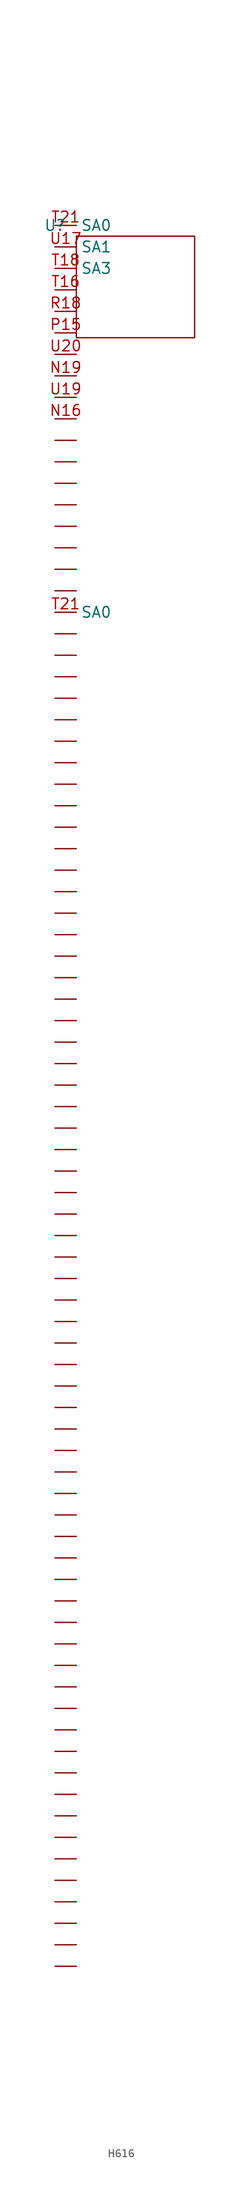
<source format=kicad_sym>
(kicad_symbol_lib
  (version 20220914)
  (generator kicad_symbol_editor)
  (symbol "H616"
    (property "Reference" "U"
      (at 0 0 0)
      (effects (font (size 1.27 1.27))))
    (property "Value" ""
      (at 0 0 0)
      (effects (font (size 1.27 1.27))))
    (symbol "H616_0_0"
      (pin output line (at 0 -205.74 0) (length 2.54) (name "" (effects (font (size 1.27 1.27)))) (number "" (effects (font (size 1.27 1.27)))))
      (pin output line (at 0 -203.2 0) (length 2.54) (name "" (effects (font (size 1.27 1.27)))) (number "" (effects (font (size 1.27 1.27)))))
      (pin output line (at 0 -200.66 0) (length 2.54) (name "" (effects (font (size 1.27 1.27)))) (number "" (effects (font (size 1.27 1.27)))))
      (pin output line (at 0 -198.12 0) (length 2.54) (name "" (effects (font (size 1.27 1.27)))) (number "" (effects (font (size 1.27 1.27)))))
      (pin output line (at 0 -195.58 0) (length 2.54) (name "" (effects (font (size 1.27 1.27)))) (number "" (effects (font (size 1.27 1.27)))))
      (pin output line (at 0 -193.04 0) (length 2.54) (name "" (effects (font (size 1.27 1.27)))) (number "" (effects (font (size 1.27 1.27)))))
      (pin output line (at 0 -190.5 0) (length 2.54) (name "" (effects (font (size 1.27 1.27)))) (number "" (effects (font (size 1.27 1.27)))))
      (pin output line (at 0 -187.96 0) (length 2.54) (name "" (effects (font (size 1.27 1.27)))) (number "" (effects (font (size 1.27 1.27)))))
      (pin output line (at 0 -185.42 0) (length 2.54) (name "" (effects (font (size 1.27 1.27)))) (number "" (effects (font (size 1.27 1.27)))))
      (pin output line (at 0 -182.88 0) (length 2.54) (name "" (effects (font (size 1.27 1.27)))) (number "" (effects (font (size 1.27 1.27)))))
      (pin output line (at 0 -180.34 0) (length 2.54) (name "" (effects (font (size 1.27 1.27)))) (number "" (effects (font (size 1.27 1.27)))))
      (pin output line (at 0 -177.8 0) (length 2.54) (name "" (effects (font (size 1.27 1.27)))) (number "" (effects (font (size 1.27 1.27)))))
      (pin output line (at 0 -175.26 0) (length 2.54) (name "" (effects (font (size 1.27 1.27)))) (number "" (effects (font (size 1.27 1.27)))))
      (pin output line (at 0 -172.72 0) (length 2.54) (name "" (effects (font (size 1.27 1.27)))) (number "" (effects (font (size 1.27 1.27)))))
      (pin output line (at 0 -170.18 0) (length 2.54) (name "" (effects (font (size 1.27 1.27)))) (number "" (effects (font (size 1.27 1.27)))))
      (pin output line (at 0 -167.64 0) (length 2.54) (name "" (effects (font (size 1.27 1.27)))) (number "" (effects (font (size 1.27 1.27)))))
      (pin output line (at 0 -165.1 0) (length 2.54) (name "" (effects (font (size 1.27 1.27)))) (number "" (effects (font (size 1.27 1.27)))))
      (pin output line (at 0 -162.56 0) (length 2.54) (name "" (effects (font (size 1.27 1.27)))) (number "" (effects (font (size 1.27 1.27)))))
      (pin output line (at 0 -160.02 0) (length 2.54) (name "" (effects (font (size 1.27 1.27)))) (number "" (effects (font (size 1.27 1.27)))))
      (pin output line (at 0 -157.48 0) (length 2.54) (name "" (effects (font (size 1.27 1.27)))) (number "" (effects (font (size 1.27 1.27)))))
      (pin output line (at 0 -154.94 0) (length 2.54) (name "" (effects (font (size 1.27 1.27)))) (number "" (effects (font (size 1.27 1.27)))))
      (pin output line (at 0 -152.4 0) (length 2.54) (name "" (effects (font (size 1.27 1.27)))) (number "" (effects (font (size 1.27 1.27)))))
      (pin output line (at 0 -149.86 0) (length 2.54) (name "" (effects (font (size 1.27 1.27)))) (number "" (effects (font (size 1.27 1.27)))))
      (pin output line (at 0 -147.32 0) (length 2.54) (name "" (effects (font (size 1.27 1.27)))) (number "" (effects (font (size 1.27 1.27)))))
      (pin output line (at 0 -144.78 0) (length 2.54) (name "" (effects (font (size 1.27 1.27)))) (number "" (effects (font (size 1.27 1.27)))))
      (pin output line (at 0 -142.24 0) (length 2.54) (name "" (effects (font (size 1.27 1.27)))) (number "" (effects (font (size 1.27 1.27)))))
      (pin output line (at 0 -139.7 0) (length 2.54) (name "" (effects (font (size 1.27 1.27)))) (number "" (effects (font (size 1.27 1.27)))))
      (pin output line (at 0 -137.16 0) (length 2.54) (name "" (effects (font (size 1.27 1.27)))) (number "" (effects (font (size 1.27 1.27)))))
      (pin output line (at 0 -134.62 0) (length 2.54) (name "" (effects (font (size 1.27 1.27)))) (number "" (effects (font (size 1.27 1.27)))))
      (pin output line (at 0 -132.08 0) (length 2.54) (name "" (effects (font (size 1.27 1.27)))) (number "" (effects (font (size 1.27 1.27)))))
      (pin output line (at 0 -129.54 0) (length 2.54) (name "" (effects (font (size 1.27 1.27)))) (number "" (effects (font (size 1.27 1.27)))))
      (pin output line (at 0 -127 0) (length 2.54) (name "" (effects (font (size 1.27 1.27)))) (number "" (effects (font (size 1.27 1.27)))))
      (pin output line (at 0 -124.46 0) (length 2.54) (name "" (effects (font (size 1.27 1.27)))) (number "" (effects (font (size 1.27 1.27)))))
      (pin output line (at 0 -121.92 0) (length 2.54) (name "" (effects (font (size 1.27 1.27)))) (number "" (effects (font (size 1.27 1.27)))))
      (pin output line (at 0 -119.38 0) (length 2.54) (name "" (effects (font (size 1.27 1.27)))) (number "" (effects (font (size 1.27 1.27)))))
      (pin output line (at 0 -116.84 0) (length 2.54) (name "" (effects (font (size 1.27 1.27)))) (number "" (effects (font (size 1.27 1.27)))))
      (pin output line (at 0 -114.3 0) (length 2.54) (name "" (effects (font (size 1.27 1.27)))) (number "" (effects (font (size 1.27 1.27)))))
      (pin output line (at 0 -111.76 0) (length 2.54) (name "" (effects (font (size 1.27 1.27)))) (number "" (effects (font (size 1.27 1.27)))))
      (pin output line (at 0 -109.22 0) (length 2.54) (name "" (effects (font (size 1.27 1.27)))) (number "" (effects (font (size 1.27 1.27)))))
      (pin output line (at 0 -106.68 0) (length 2.54) (name "" (effects (font (size 1.27 1.27)))) (number "" (effects (font (size 1.27 1.27)))))
      (pin output line (at 0 -104.14 0) (length 2.54) (name "" (effects (font (size 1.27 1.27)))) (number "" (effects (font (size 1.27 1.27)))))
      (pin output line (at 0 -101.6 0) (length 2.54) (name "" (effects (font (size 1.27 1.27)))) (number "" (effects (font (size 1.27 1.27)))))
      (pin output line (at 0 -99.06 0) (length 2.54) (name "" (effects (font (size 1.27 1.27)))) (number "" (effects (font (size 1.27 1.27)))))
      (pin output line (at 0 -96.52 0) (length 2.54) (name "" (effects (font (size 1.27 1.27)))) (number "" (effects (font (size 1.27 1.27)))))
      (pin output line (at 0 -93.98 0) (length 2.54) (name "" (effects (font (size 1.27 1.27)))) (number "" (effects (font (size 1.27 1.27)))))
      (pin output line (at 0 -91.44 0) (length 2.54) (name "" (effects (font (size 1.27 1.27)))) (number "" (effects (font (size 1.27 1.27)))))
      (pin output line (at 0 -88.9 0) (length 2.54) (name "" (effects (font (size 1.27 1.27)))) (number "" (effects (font (size 1.27 1.27)))))
      (pin output line (at 0 -86.36 0) (length 2.54) (name "" (effects (font (size 1.27 1.27)))) (number "" (effects (font (size 1.27 1.27)))))
      (pin output line (at 0 -83.82 0) (length 2.54) (name "" (effects (font (size 1.27 1.27)))) (number "" (effects (font (size 1.27 1.27)))))
      (pin output line (at 0 -81.28 0) (length 2.54) (name "" (effects (font (size 1.27 1.27)))) (number "" (effects (font (size 1.27 1.27)))))
      (pin output line (at 0 -78.74 0) (length 2.54) (name "" (effects (font (size 1.27 1.27)))) (number "" (effects (font (size 1.27 1.27)))))
      (pin output line (at 0 -76.2 0) (length 2.54) (name "" (effects (font (size 1.27 1.27)))) (number "" (effects (font (size 1.27 1.27)))))
      (pin output line (at 0 -73.66 0) (length 2.54) (name "" (effects (font (size 1.27 1.27)))) (number "" (effects (font (size 1.27 1.27)))))
      (pin output line (at 0 -71.12 0) (length 2.54) (name "" (effects (font (size 1.27 1.27)))) (number "" (effects (font (size 1.27 1.27)))))
      (pin output line (at 0 -68.58 0) (length 2.54) (name "" (effects (font (size 1.27 1.27)))) (number "" (effects (font (size 1.27 1.27)))))
      (pin output line (at 0 -66.04 0) (length 2.54) (name "" (effects (font (size 1.27 1.27)))) (number "" (effects (font (size 1.27 1.27)))))
      (pin output line (at 0 -63.5 0) (length 2.54) (name "" (effects (font (size 1.27 1.27)))) (number "" (effects (font (size 1.27 1.27)))))
      (pin output line (at 0 -60.96 0) (length 2.54) (name "" (effects (font (size 1.27 1.27)))) (number "" (effects (font (size 1.27 1.27)))))
      (pin output line (at 0 -58.42 0) (length 2.54) (name "" (effects (font (size 1.27 1.27)))) (number "" (effects (font (size 1.27 1.27)))))
      (pin output line (at 0 -55.88 0) (length 2.54) (name "" (effects (font (size 1.27 1.27)))) (number "" (effects (font (size 1.27 1.27)))))
      (pin output line (at 0 -53.34 0) (length 2.54) (name "" (effects (font (size 1.27 1.27)))) (number "" (effects (font (size 1.27 1.27)))))
      (pin output line (at 0 -50.8 0) (length 2.54) (name "" (effects (font (size 1.27 1.27)))) (number "" (effects (font (size 1.27 1.27)))))
      (pin output line (at 0 -48.26 0) (length 2.54) (name "" (effects (font (size 1.27 1.27)))) (number "" (effects (font (size 1.27 1.27)))))
      (pin output line (at 0 -43.18 0) (length 2.54) (name "" (effects (font (size 1.27 1.27)))) (number "" (effects (font (size 1.27 1.27)))))
      (pin output line (at 0 -40.64 0) (length 2.54) (name "" (effects (font (size 1.27 1.27)))) (number "" (effects (font (size 1.27 1.27)))))
      (pin output line (at 0 -38.1 0) (length 2.54) (name "" (effects (font (size 1.27 1.27)))) (number "" (effects (font (size 1.27 1.27)))))
      (pin output line (at 0 -35.56 0) (length 2.54) (name "" (effects (font (size 1.27 1.27)))) (number "" (effects (font (size 1.27 1.27)))))
      (pin output line (at 0 -33.02 0) (length 2.54) (name "" (effects (font (size 1.27 1.27)))) (number "" (effects (font (size 1.27 1.27)))))
      (pin output line (at 0 -30.48 0) (length 2.54) (name "" (effects (font (size 1.27 1.27)))) (number "" (effects (font (size 1.27 1.27)))))
      (pin output line (at 0 -27.94 0) (length 2.54) (name "" (effects (font (size 1.27 1.27)))) (number "" (effects (font (size 1.27 1.27)))))
      (pin output line (at 0 -25.4 0) (length 2.54) (name "" (effects (font (size 1.27 1.27)))) (number "" (effects (font (size 1.27 1.27)))))
      (pin output line (at 0 -22.86 0) (length 2.54) (name "" (effects (font (size 1.27 1.27)))) (number "N16" (effects (font (size 1.27 1.27)))))
      (pin output line (at 0 -17.78 0) (length 2.54) (name "" (effects (font (size 1.27 1.27)))) (number "N19" (effects (font (size 1.27 1.27)))))
      (pin output line (at 0 -12.7 0) (length 2.54) (name "" (effects (font (size 1.27 1.27)))) (number "P15" (effects (font (size 1.27 1.27)))))
      (pin output line (at 0 -10.16 0) (length 2.54) (name "" (effects (font (size 1.27 1.27)))) (number "R18" (effects (font (size 1.27 1.27)))))
      (pin output line (at 0 -7.62 0) (length 2.54) (name "" (effects (font (size 1.27 1.27)))) (number "T16" (effects (font (size 1.27 1.27)))))
      (pin output line (at 0 -5.08 0) (length 2.54) (name "SA3" (effects (font (size 1.27 1.27)))) (number "T18" (effects (font (size 1.27 1.27)))))
      (pin output line (at 0 -45.72 0) (length 2.54) (name "SA0" (effects (font (size 1.27 1.27)))) (number "T21" (effects (font (size 1.27 1.27)))))
      (pin output line (at 0 0 0) (length 2.54) (name "SA0" (effects (font (size 1.27 1.27)))) (number "T21" (effects (font (size 1.27 1.27)))))
      (pin output line (at 0 -2.54 0) (length 2.54) (name "SA1" (effects (font (size 1.27 1.27)))) (number "U17" (effects (font (size 1.27 1.27)))))
      (pin output line (at 0 -20.32 0) (length 2.54) (name "" (effects (font (size 1.27 1.27)))) (number "U19" (effects (font (size 1.27 1.27)))))
      (pin output line (at 0 -15.24 0) (length 2.54) (name "" (effects (font (size 1.27 1.27)))) (number "U20" (effects (font (size 1.27 1.27))))))
    (symbol "H616_0_1"
      (rectangle (start 2.54 -1.27) (end 16.556 -13.274) (stroke (width 0) (type default)) (fill (type none))))))
</source>
